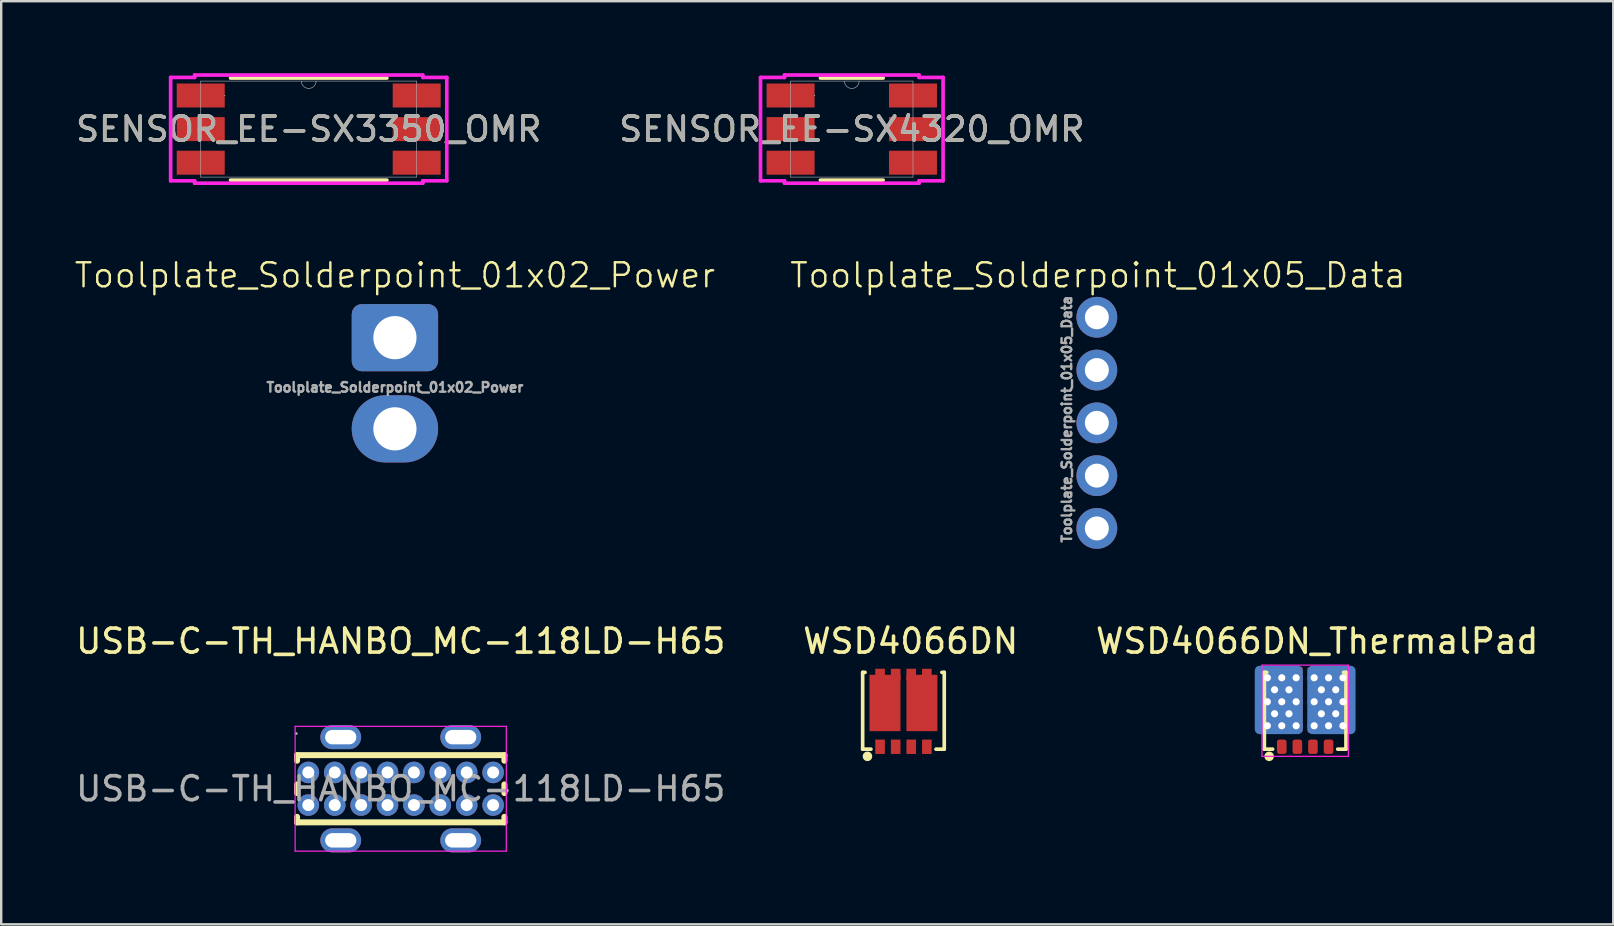
<source format=kicad_pcb>
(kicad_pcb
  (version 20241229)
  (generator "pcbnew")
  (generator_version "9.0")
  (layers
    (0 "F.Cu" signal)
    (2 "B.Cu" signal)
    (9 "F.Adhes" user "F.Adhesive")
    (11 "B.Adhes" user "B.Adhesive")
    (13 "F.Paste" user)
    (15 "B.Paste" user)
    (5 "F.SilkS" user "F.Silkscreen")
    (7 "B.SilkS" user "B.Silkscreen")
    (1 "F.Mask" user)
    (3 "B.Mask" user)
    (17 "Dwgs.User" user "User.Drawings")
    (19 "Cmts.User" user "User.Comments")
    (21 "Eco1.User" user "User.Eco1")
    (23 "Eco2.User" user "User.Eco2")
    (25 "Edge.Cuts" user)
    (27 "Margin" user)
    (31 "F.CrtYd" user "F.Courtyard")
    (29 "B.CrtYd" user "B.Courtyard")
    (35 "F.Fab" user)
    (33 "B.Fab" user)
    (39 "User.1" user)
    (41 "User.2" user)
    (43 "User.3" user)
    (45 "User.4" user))
  (footprint "SENSOR_EE-SX3350_OMR"
    (layer "F.Cu")
    (at 9.815 2.33)
    (property "Reference" "SENSOR_EE-SX3350_OMR" (at 0 0 0) (unlocked yes) (layer "F.SilkS") (effects (font (size 1 1) (thickness 0.15))))
    (attr smd)
    (fp_line (start -3.257 2.127) (end 3.257 2.127) (stroke (width 0.152) (type solid)) (layer "F.SilkS"))
    (fp_line (start 3.257 -2.127) (end -3.257 -2.127) (stroke (width 0.152) (type solid)) (layer "F.SilkS"))
    (fp_line (start -5.754 -2.154) (end -4.754 -2.154) (stroke (width 0.152) (type solid)) (layer "F.CrtYd"))
    (fp_line (start -5.754 2.154) (end -5.754 -2.154) (stroke (width 0.152) (type solid)) (layer "F.CrtYd"))
    (fp_line (start -5.754 2.154) (end -4.754 2.154) (stroke (width 0.152) (type solid)) (layer "F.CrtYd"))
    (fp_line (start -4.754 -2.254) (end 4.754 -2.254) (stroke (width 0.152) (type solid)) (layer "F.CrtYd"))
    (fp_line (start -4.754 -2.154) (end -4.754 -2.254) (stroke (width 0.152) (type solid)) (layer "F.CrtYd"))
    (fp_line (start -4.754 2.254) (end -4.754 2.154) (stroke (width 0.152) (type solid)) (layer "F.CrtYd"))
    (fp_line (start 4.754 -2.254) (end 4.754 -2.154) (stroke (width 0.152) (type solid)) (layer "F.CrtYd"))
    (fp_line (start 4.754 2.154) (end 4.754 2.254) (stroke (width 0.152) (type solid)) (layer "F.CrtYd"))
    (fp_line (start 4.754 2.254) (end -4.754 2.254) (stroke (width 0.152) (type solid)) (layer "F.CrtYd"))
    (fp_line (start 5.754 -2.154) (end 4.754 -2.154) (stroke (width 0.152) (type solid)) (layer "F.CrtYd"))
    (fp_line (start 5.754 -2.154) (end 5.754 2.154) (stroke (width 0.152) (type solid)) (layer "F.CrtYd"))
    (fp_line (start 5.754 2.154) (end 4.754 2.154) (stroke (width 0.152) (type solid)) (layer "F.CrtYd"))
    (fp_line (start -4.5 -2) (end -4.5 2) (stroke (width 0.025) (type solid)) (layer "F.Fab"))
    (fp_line (start -4.5 2) (end 4.5 2) (stroke (width 0.025) (type solid)) (layer "F.Fab"))
    (fp_line (start 4.5 -2) (end -4.5 -2) (stroke (width 0.025) (type solid)) (layer "F.Fab"))
    (fp_line (start 4.5 2) (end 4.5 -2) (stroke (width 0.025) (type solid)) (layer "F.Fab"))
    (fp_arc (start 0.3048 -2) (mid 0 -1.6952) (end -0.3048 -2) (stroke (width 0.0254) (type solid)) (layer "F.Fab"))
    (fp_circle (center -3.5 -1.4) (end -3.5 -1.4) (stroke (width 0.025) (type solid)) (fill no) (layer "F.Fab"))
    (fp_text user "${REFERENCE}" (at 0 0 0) (unlocked yes) (layer "F.Fab") (effects (font (size 1 1) (thickness 0.15))))
    (pad "1" smd rect (at -4.5 -1.4) (size 2 1) (layers "F.Cu" "F.Mask" "F.Paste"))
    (pad "2" smd rect (at -4.5 0) (size 2 1) (layers "F.Cu" "F.Mask" "F.Paste"))
    (pad "3" smd rect (at -4.5 1.4) (size 2 1) (layers "F.Cu" "F.Mask" "F.Paste"))
    (pad "4" smd rect (at 4.5 1.4) (size 2 1) (layers "F.Cu" "F.Mask" "F.Paste"))
    (pad "5" smd rect (at 4.5 0) (size 2 1) (layers "F.Cu" "F.Mask" "F.Paste"))
    (pad "6" smd rect (at 4.5 -1.4) (size 2 1) (layers "F.Cu" "F.Mask" "F.Paste")))
  (footprint "WSD4066DN"
    (layer "F.Cu")
    (at 34.399 26.669)
    (property "Reference" "WSD4066DN" (at 0.5 -3 0) (layer "F.SilkS") (effects (font (size 1 1) (thickness 0.15))))
    (attr smd)
    (fp_line (start -1.5 -1.7) (end -1.5 1.5) (stroke (width 0.152) (type solid)) (layer "F.SilkS"))
    (fp_line (start -1.5 -1.7) (end -1.4 -1.7) (stroke (width 0.152) (type solid)) (layer "F.SilkS"))
    (fp_line (start -1.5 1.5) (end -1.155 1.5) (stroke (width 0.152) (type solid)) (layer "F.SilkS"))
    (fp_line (start 1.555 1.5) (end 1.9 1.5) (stroke (width 0.152) (type solid)) (layer "F.SilkS"))
    (fp_line (start 1.9 -1.7) (end 1.8 -1.7) (stroke (width 0.152) (type solid)) (layer "F.SilkS"))
    (fp_line (start 1.9 1.5) (end 1.9 -1.7) (stroke (width 0.152) (type solid)) (layer "F.SilkS"))
    (fp_circle (center -1.3 1.8) (end -1.2 1.8) (stroke (width 0.2) (type solid)) (fill no) (layer "F.SilkS"))
    (pad "1" smd rect (at -0.775 1.4) (size 0.4 0.6) (layers "F.Cu" "F.Mask" "F.Paste"))
    (pad "2" smd rect (at -0.125 1.4) (size 0.4 0.6) (layers "F.Cu" "F.Mask" "F.Paste"))
    (pad "3" smd rect (at 0.525 1.4) (size 0.4 0.6) (layers "F.Cu" "F.Mask" "F.Paste"))
    (pad "4" smd rect (at 1.175 1.4) (size 0.4 0.6) (layers "F.Cu" "F.Mask" "F.Paste"))
    (pad "5" smd rect (at -0.775 -1.6) (size 0.4 0.5) (layers "F.Cu" "F.Mask" "F.Paste"))
    (pad "5" smd rect (at -0.57 -0.425) (size 1.29 2.35) (layers "F.Cu" "F.Mask" "F.Paste"))
    (pad "5" smd rect (at -0.125 -1.6) (size 0.4 0.5) (layers "F.Cu" "F.Mask" "F.Paste"))
    (pad "6" smd rect (at 0.525 -1.6) (size 0.4 0.5) (layers "F.Cu" "F.Mask" "F.Paste"))
    (pad "6" smd rect (at 0.97 -0.425) (size 1.29 2.35) (layers "F.Cu" "F.Mask" "F.Paste"))
    (pad "6" smd rect (at 1.175 -1.6) (size 0.4 0.5) (layers "F.Cu" "F.Mask" "F.Paste")))
  (footprint "SENSOR_EE-SX4320_OMR"
    (layer "F.Cu")
    (at 32.446 2.33)
    (property "Reference" "SENSOR_EE-SX4320_OMR" (at 0 0 0) (unlocked yes) (layer "F.SilkS") (effects (font (size 1 1) (thickness 0.15))))
    (attr smd)
    (fp_line (start -1.307 2.127) (end 1.307 2.127) (stroke (width 0.152) (type solid)) (layer "F.SilkS"))
    (fp_line (start 1.307 -2.127) (end -1.307 -2.127) (stroke (width 0.152) (type solid)) (layer "F.SilkS"))
    (fp_line (start -3.804 -2.154) (end -2.804 -2.154) (stroke (width 0.152) (type solid)) (layer "F.CrtYd"))
    (fp_line (start -3.804 2.154) (end -3.804 -2.154) (stroke (width 0.152) (type solid)) (layer "F.CrtYd"))
    (fp_line (start -3.804 2.154) (end -2.804 2.154) (stroke (width 0.152) (type solid)) (layer "F.CrtYd"))
    (fp_line (start -2.804 -2.254) (end 2.804 -2.254) (stroke (width 0.152) (type solid)) (layer "F.CrtYd"))
    (fp_line (start -2.804 -2.154) (end -2.804 -2.254) (stroke (width 0.152) (type solid)) (layer "F.CrtYd"))
    (fp_line (start -2.804 2.254) (end -2.804 2.154) (stroke (width 0.152) (type solid)) (layer "F.CrtYd"))
    (fp_line (start 2.804 -2.254) (end 2.804 -2.154) (stroke (width 0.152) (type solid)) (layer "F.CrtYd"))
    (fp_line (start 2.804 2.154) (end 2.804 2.254) (stroke (width 0.152) (type solid)) (layer "F.CrtYd"))
    (fp_line (start 2.804 2.254) (end -2.804 2.254) (stroke (width 0.152) (type solid)) (layer "F.CrtYd"))
    (fp_line (start 3.804 -2.154) (end 2.804 -2.154) (stroke (width 0.152) (type solid)) (layer "F.CrtYd"))
    (fp_line (start 3.804 -2.154) (end 3.804 2.154) (stroke (width 0.152) (type solid)) (layer "F.CrtYd"))
    (fp_line (start 3.804 2.154) (end 2.804 2.154) (stroke (width 0.152) (type solid)) (layer "F.CrtYd"))
    (fp_line (start -2.55 -2) (end -2.55 2) (stroke (width 0.025) (type solid)) (layer "F.Fab"))
    (fp_line (start -2.55 2) (end 2.55 2) (stroke (width 0.025) (type solid)) (layer "F.Fab"))
    (fp_line (start 2.55 -2) (end -2.55 -2) (stroke (width 0.025) (type solid)) (layer "F.Fab"))
    (fp_line (start 2.55 2) (end 2.55 -2) (stroke (width 0.025) (type solid)) (layer "F.Fab"))
    (fp_arc (start 0.3048 -2) (mid 0 -1.6952) (end -0.3048 -2) (stroke (width 0.0254) (type solid)) (layer "F.Fab"))
    (fp_circle (center -1.55 -1.4) (end -1.55 -1.4) (stroke (width 0.025) (type solid)) (fill no) (layer "F.Fab"))
    (fp_text user "${REFERENCE}" (at 0 0 0) (unlocked yes) (layer "F.Fab") (effects (font (size 1 1) (thickness 0.15))))
    (pad "1" smd rect (at -2.55 -1.4) (size 2 1) (layers "F.Cu" "F.Mask" "F.Paste"))
    (pad "2" smd rect (at -2.55 0) (size 2 1) (layers "F.Cu" "F.Mask" "F.Paste"))
    (pad "3" smd rect (at -2.55 1.4) (size 2 1) (layers "F.Cu" "F.Mask" "F.Paste"))
    (pad "4" smd rect (at 2.55 1.4) (size 2 1) (layers "F.Cu" "F.Mask" "F.Paste"))
    (pad "5" smd rect (at 2.55 0) (size 2 1) (layers "F.Cu" "F.Mask" "F.Paste"))
    (pad "6" smd rect (at 2.55 -1.4) (size 2 1) (layers "F.Cu" "F.Mask" "F.Paste")))
  (footprint "USB-C-TH_HANBO_MC-118LD-H65"
    (layer "F.Cu")
    (at 13.649 29.819)
    (property "Reference" "USB-C-TH_HANBO_MC-118LD-H65" (at 0 -6.15 0) (layer "F.SilkS") (effects (font (size 1 1) (thickness 0.15))))
    (attr through_hole)
    (fp_line (start -4.32 -1.4) (end -4.32 -1.17) (stroke (width 0.25) (type solid)) (layer "F.SilkS"))
    (fp_line (start -4.32 -1.4) (end 4.32 -1.4) (stroke (width 0.25) (type solid)) (layer "F.SilkS"))
    (fp_line (start -4.32 -0.18) (end -4.32 0.18) (stroke (width 0.25) (type solid)) (layer "F.SilkS"))
    (fp_line (start -4.32 1.17) (end -4.32 1.4) (stroke (width 0.25) (type solid)) (layer "F.SilkS"))
    (fp_line (start -4.32 1.4) (end 4.32 1.4) (stroke (width 0.25) (type solid)) (layer "F.SilkS"))
    (fp_line (start 4.32 -1.4) (end 4.32 -1.17) (stroke (width 0.25) (type solid)) (layer "F.SilkS"))
    (fp_line (start 4.32 -0.18) (end 4.32 0.18) (stroke (width 0.25) (type solid)) (layer "F.SilkS"))
    (fp_line (start 4.32 1.17) (end 4.32 1.4) (stroke (width 0.25) (type solid)) (layer "F.SilkS"))
    (fp_line (start -4.4 -2.6) (end -4.4 2.6) (stroke (width 0.05) (type default)) (layer "F.CrtYd"))
    (fp_line (start -4.4 2.6) (end 4.4 2.6) (stroke (width 0.05) (type default)) (layer "F.CrtYd"))
    (fp_line (start 4.4 -2.6) (end -4.4 -2.6) (stroke (width 0.05) (type default)) (layer "F.CrtYd"))
    (fp_line (start 4.4 2.6) (end 4.4 -2.6) (stroke (width 0.05) (type default)) (layer "F.CrtYd"))
    (fp_circle (center -4.35 -2.3) (end -4.32 -2.3) (stroke (width 0.06) (type solid)) (fill no) (layer "F.Fab"))
    (fp_text user "${REFERENCE}" (at 0 0 0) (layer "F.Fab") (effects (font (size 1 1) (thickness 0.15))))
    (pad "A1" thru_hole circle (at -3.85 -0.68 90) (size 0.9 0.9) (drill 0.5) (layers "*.Cu" "*.Mask"))
    (pad "A4" thru_hole circle (at -2.75 -0.68 90) (size 0.9 0.9) (drill 0.5) (layers "*.Cu" "*.Mask"))
    (pad "A5" thru_hole circle (at -1.65 -0.68 90) (size 0.9 0.9) (drill 0.5) (layers "*.Cu" "*.Mask"))
    (pad "A6" thru_hole circle (at -0.55 -0.68 90) (size 0.9 0.9) (drill 0.5) (layers "*.Cu" "*.Mask"))
    (pad "A7" thru_hole circle (at 0.55 -0.68 90) (size 0.9 0.9) (drill 0.5) (layers "*.Cu" "*.Mask"))
    (pad "A8" thru_hole circle (at 1.65 -0.68 90) (size 0.9 0.9) (drill 0.5) (layers "*.Cu" "*.Mask"))
    (pad "A9" thru_hole circle (at 2.75 -0.68 90) (size 0.9 0.9) (drill 0.5) (layers "*.Cu" "*.Mask"))
    (pad "A12" thru_hole circle (at 3.85 -0.68 90) (size 0.9 0.9) (drill 0.5) (layers "*.Cu" "*.Mask"))
    (pad "B1" thru_hole circle (at 3.85 0.68 90) (size 0.9 0.9) (drill 0.5) (layers "*.Cu" "*.Mask"))
    (pad "B4" thru_hole circle (at 2.75 0.68 90) (size 0.9 0.9) (drill 0.5) (layers "*.Cu" "*.Mask"))
    (pad "B5" thru_hole circle (at 1.65 0.68 90) (size 0.9 0.9) (drill 0.5) (layers "*.Cu" "*.Mask"))
    (pad "B6" thru_hole circle (at 0.55 0.68 90) (size 0.9 0.9) (drill 0.5) (layers "*.Cu" "*.Mask"))
    (pad "B7" thru_hole circle (at -0.55 0.68 90) (size 0.9 0.9) (drill 0.5) (layers "*.Cu" "*.Mask"))
    (pad "B8" thru_hole circle (at -1.65 0.68 90) (size 0.9 0.9) (drill 0.5) (layers "*.Cu" "*.Mask"))
    (pad "B9" thru_hole circle (at -2.75 0.68 90) (size 0.9 0.9) (drill 0.5) (layers "*.Cu" "*.Mask"))
    (pad "B12" thru_hole circle (at -3.85 0.68 90) (size 0.9 0.9) (drill 0.5) (layers "*.Cu" "*.Mask"))
    (pad "S1" thru_hole oval (at -2.5 -2.15 90) (size 1 1.7) (drill oval 0.6 1.3) (layers "*.Cu" "*.Mask"))
    (pad "S1" thru_hole oval (at -2.5 2.15 90) (size 1 1.7) (drill oval 0.6 1.3) (layers "*.Cu" "*.Mask"))
    (pad "S1" thru_hole oval (at 2.5 -2.15 90) (size 1 1.7) (drill oval 0.6 1.3) (layers "*.Cu" "*.Mask"))
    (pad "S1" thru_hole oval (at 2.5 2.15 90) (size 1 1.7) (drill oval 0.6 1.3) (layers "*.Cu" "*.Mask")))
  (footprint "Toolplate_Solderpoint_01x05_Data"
    (layer "F.Cu")
    (at 42.658 10.171)
    (property "Reference" "Toolplate_Solderpoint_01x05_Data" (at 0.04 -1.75 0) (unlocked yes) (layer "F.SilkS") (effects (font (size 1 1) (thickness 0.1))))
    (attr smd)
    (fp_text user "${REFERENCE}" (at -1.25 4.25 90) (unlocked yes) (layer "F.Fab") (effects (font (size 0.4 0.4) (thickness 0.1))))
    (pad "1" thru_hole circle (at 0 0) (size 1.7 1.7) (drill 1) (layers "*.Cu" "*.Mask"))
    (pad "2" thru_hole circle (at 0 2.2) (size 1.7 1.7) (drill 1) (layers "*.Cu" "*.Mask"))
    (pad "3" thru_hole circle (at 0 4.4) (size 1.7 1.7) (drill 1) (layers "*.Cu" "*.Mask"))
    (pad "4" thru_hole circle (at 0 6.6) (size 1.7 1.7) (drill 1) (layers "*.Cu" "*.Mask"))
    (pad "5" thru_hole circle (at 0 8.8) (size 1.7 1.7) (drill 1) (layers "*.Cu" "*.Mask")))
  (footprint "Toolplate_Solderpoint_01x02_Power"
    (layer "F.Cu")
    (at 13.407 11.021)
    (property "Reference" "Toolplate_Solderpoint_01x02_Power" (at 0 -2.6 0) (unlocked yes) (layer "F.SilkS") (effects (font (size 1 1) (thickness 0.1))))
    (attr smd)
    (fp_text user "${REFERENCE}" (at 0 2.07 0) (unlocked yes) (layer "F.Fab") (effects (font (size 0.4 0.4) (thickness 0.1))))
    (pad "1" thru_hole roundrect (at 0 0) (size 3.6 2.8) (drill 1.8) (layers "*.Cu" "*.Mask") (roundrect_rratio 0.15))
    (pad "2" thru_hole oval (at 0 3.8) (size 3.6 2.8) (drill 1.8) (layers "*.Cu" "*.Mask")))
  (footprint "WSD4066DN_ThermalPad"
    (layer "F.Cu")
    (at 51.339 26.669)
    (property "Reference" "WSD4066DN_ThermalPad" (at 0.5 -3 0) (layer "F.SilkS") (effects (font (size 1 1) (thickness 0.15))))
    (attr smd)
    (fp_line (start -1.7 -1.7) (end -1.7 1.5) (stroke (width 0.152) (type solid)) (layer "F.SilkS"))
    (fp_line (start -1.7 -1.7) (end -1.6 -1.7) (stroke (width 0.152) (type solid)) (layer "F.SilkS"))
    (fp_line (start -1.7 1.5) (end -1.355 1.5) (stroke (width 0.152) (type solid)) (layer "F.SilkS"))
    (fp_line (start 1.355 1.5) (end 1.7 1.5) (stroke (width 0.152) (type solid)) (layer "F.SilkS"))
    (fp_line (start 1.7 -1.7) (end 1.6 -1.7) (stroke (width 0.152) (type solid)) (layer "F.SilkS"))
    (fp_line (start 1.7 1.5) (end 1.7 -1.7) (stroke (width 0.152) (type solid)) (layer "F.SilkS"))
    (fp_circle (center -1.5 1.8) (end -1.4 1.8) (stroke (width 0.2) (type solid)) (fill no) (layer "F.SilkS"))
    (fp_line (start -1.8 -2) (end 1.8 -2) (stroke (width 0.05) (type solid)) (layer "F.CrtYd"))
    (fp_line (start -1.8 1.8) (end -1.8 -2) (stroke (width 0.05) (type solid)) (layer "F.CrtYd"))
    (fp_line (start 1.8 -2) (end 1.8 1.8) (stroke (width 0.05) (type solid)) (layer "F.CrtYd"))
    (fp_line (start 1.8 1.8) (end -1.8 1.8) (stroke (width 0.05) (type solid)) (layer "F.CrtYd"))
    (pad "" smd roundrect (at -0.73 -1.025) (size 1.2 1) (layers "F.Paste") (roundrect_rratio 0.077))
    (pad "" smd roundrect (at -0.73 0.175) (size 1.2 1) (layers "F.Paste") (roundrect_rratio 0.077))
    (pad "" smd roundrect (at 0.73 -1.025) (size 1.2 1) (layers "F.Paste") (roundrect_rratio 0.077))
    (pad "" smd roundrect (at 0.73 0.175) (size 1.2 1) (layers "F.Paste") (roundrect_rratio 0.077))
    (pad "1" smd roundrect (at -0.975 1.4) (size 0.4 0.6) (layers "F.Cu" "F.Mask" "F.Paste") (roundrect_rratio 0.25))
    (pad "2" smd roundrect (at -0.325 1.4) (size 0.4 0.6) (layers "F.Cu" "F.Mask" "F.Paste") (roundrect_rratio 0.25))
    (pad "3" smd roundrect (at 0.325 1.4) (size 0.4 0.6) (layers "F.Cu" "F.Mask" "F.Paste") (roundrect_rratio 0.25))
    (pad "4" smd roundrect (at 0.975 1.4) (size 0.4 0.6) (layers "F.Cu" "F.Mask" "F.Paste") (roundrect_rratio 0.25))
    (pad "5" thru_hole circle (at -1.575 -1.475) (size 0.55 0.55) (drill 0.3) (layers "*.Cu"))
    (pad "5" thru_hole circle (at -1.575 -0.475) (size 0.55 0.55) (drill 0.3) (layers "*.Cu"))
    (pad "5" thru_hole circle (at -1.575 0.525) (size 0.55 0.55) (drill 0.3) (layers "*.Cu"))
    (pad "5" thru_hole circle (at -1.275 -0.975) (size 0.55 0.55) (drill 0.3) (layers "*.Cu"))
    (pad "5" thru_hole circle (at -1.275 0.025) (size 0.55 0.55) (drill 0.3) (layers "*.Cu"))
    (pad "5" smd roundrect (at -1.1 -0.55) (size 2 2.85) (layers "B.Cu") (roundrect_rratio 0.1))
    (pad "5" smd roundrect (at -0.975 -1.6) (size 0.4 0.6) (layers "F.Cu" "F.Mask" "F.Paste") (roundrect_rratio 0.25))
    (pad "5" thru_hole circle (at -0.975 -1.475) (size 0.55 0.55) (drill 0.3) (layers "*.Cu"))
    (pad "5" smd roundrect (at -0.975 -0.565) (size 1.75 2.75) (layers "F.Cu") (roundrect_rratio 0.057))
    (pad "5" thru_hole circle (at -0.975 -0.475) (size 0.55 0.55) (drill 0.3) (layers "*.Cu"))
    (pad "5" thru_hole circle (at -0.975 0.525) (size 0.55 0.55) (drill 0.3) (layers "*.Cu"))
    (pad "5" smd roundrect (at -0.78 -0.425) (size 1.3 2.4) (layers "F.Cu" "F.Mask") (roundrect_rratio 0.077))
    (pad "5" thru_hole circle (at -0.675 -0.975) (size 0.55 0.55) (drill 0.3) (layers "*.Cu"))
    (pad "5" thru_hole circle (at -0.675 0.025) (size 0.55 0.55) (drill 0.3) (layers "*.Cu"))
    (pad "5" thru_hole circle (at -0.375 -1.475) (size 0.55 0.55) (drill 0.3) (layers "*.Cu"))
    (pad "5" thru_hole circle (at -0.375 -0.475) (size 0.55 0.55) (drill 0.3) (layers "*.Cu"))
    (pad "5" thru_hole circle (at -0.375 0.525) (size 0.55 0.55) (drill 0.3) (layers "*.Cu"))
    (pad "5" smd roundrect (at -0.33 -1.6) (size 0.4 0.6) (layers "F.Cu" "F.Mask" "F.Paste") (roundrect_rratio 0.25))
    (pad "6" smd roundrect (at 0.33 -1.6) (size 0.4 0.6) (layers "F.Cu" "F.Mask" "F.Paste") (roundrect_rratio 0.25))
    (pad "6" thru_hole circle (at 0.375 -1.475) (size 0.55 0.55) (drill 0.3) (layers "*.Cu"))
    (pad "6" thru_hole circle (at 0.375 -0.475) (size 0.55 0.55) (drill 0.3) (layers "*.Cu"))
    (pad "6" thru_hole circle (at 0.375 0.525) (size 0.55 0.55) (drill 0.3) (layers "*.Cu"))
    (pad "6" thru_hole circle (at 0.675 -0.975) (size 0.55 0.55) (drill 0.3) (layers "*.Cu"))
    (pad "6" thru_hole circle (at 0.675 0.025) (size 0.55 0.55) (drill 0.3) (layers "*.Cu"))
    (pad "6" smd roundrect (at 0.78 -0.425) (size 1.3 2.4) (layers "F.Cu" "F.Mask") (roundrect_rratio 0.077))
    (pad "6" smd roundrect (at 0.965 -0.55) (size 1.75 2.75) (layers "F.Cu") (roundrect_rratio 0.057))
    (pad "6" smd roundrect (at 0.975 -1.6) (size 0.4 0.6) (layers "F.Cu" "F.Mask" "F.Paste") (roundrect_rratio 0.25))
    (pad "6" thru_hole circle (at 0.975 -1.475) (size 0.55 0.55) (drill 0.3) (layers "*.Cu"))
    (pad "6" thru_hole circle (at 0.975 -0.475) (size 0.55 0.55) (drill 0.3) (layers "*.Cu"))
    (pad "6" thru_hole circle (at 0.975 0.525) (size 0.55 0.55) (drill 0.3) (layers "*.Cu"))
    (pad "6" smd roundrect (at 1.1 -0.55) (size 2 2.85) (layers "B.Cu") (roundrect_rratio 0.1))
    (pad "6" thru_hole circle (at 1.275 -0.975) (size 0.55 0.55) (drill 0.3) (layers "*.Cu"))
    (pad "6" thru_hole circle (at 1.275 0.025) (size 0.55 0.55) (drill 0.3) (layers "*.Cu"))
    (pad "6" thru_hole circle (at 1.575 -1.475) (size 0.55 0.55) (drill 0.3) (layers "*.Cu"))
    (pad "6" thru_hole circle (at 1.575 -0.475) (size 0.55 0.55) (drill 0.3) (layers "*.Cu"))
    (pad "6" thru_hole circle (at 1.575 0.525) (size 0.55 0.55) (drill 0.3) (layers "*.Cu")))
  (gr_rect
    (start -3 -3)
    (end 64.179 35.469)
    (stroke (width 0.1) (type default))
    (fill no)
    (layer "Edge.Cuts")))
</source>
